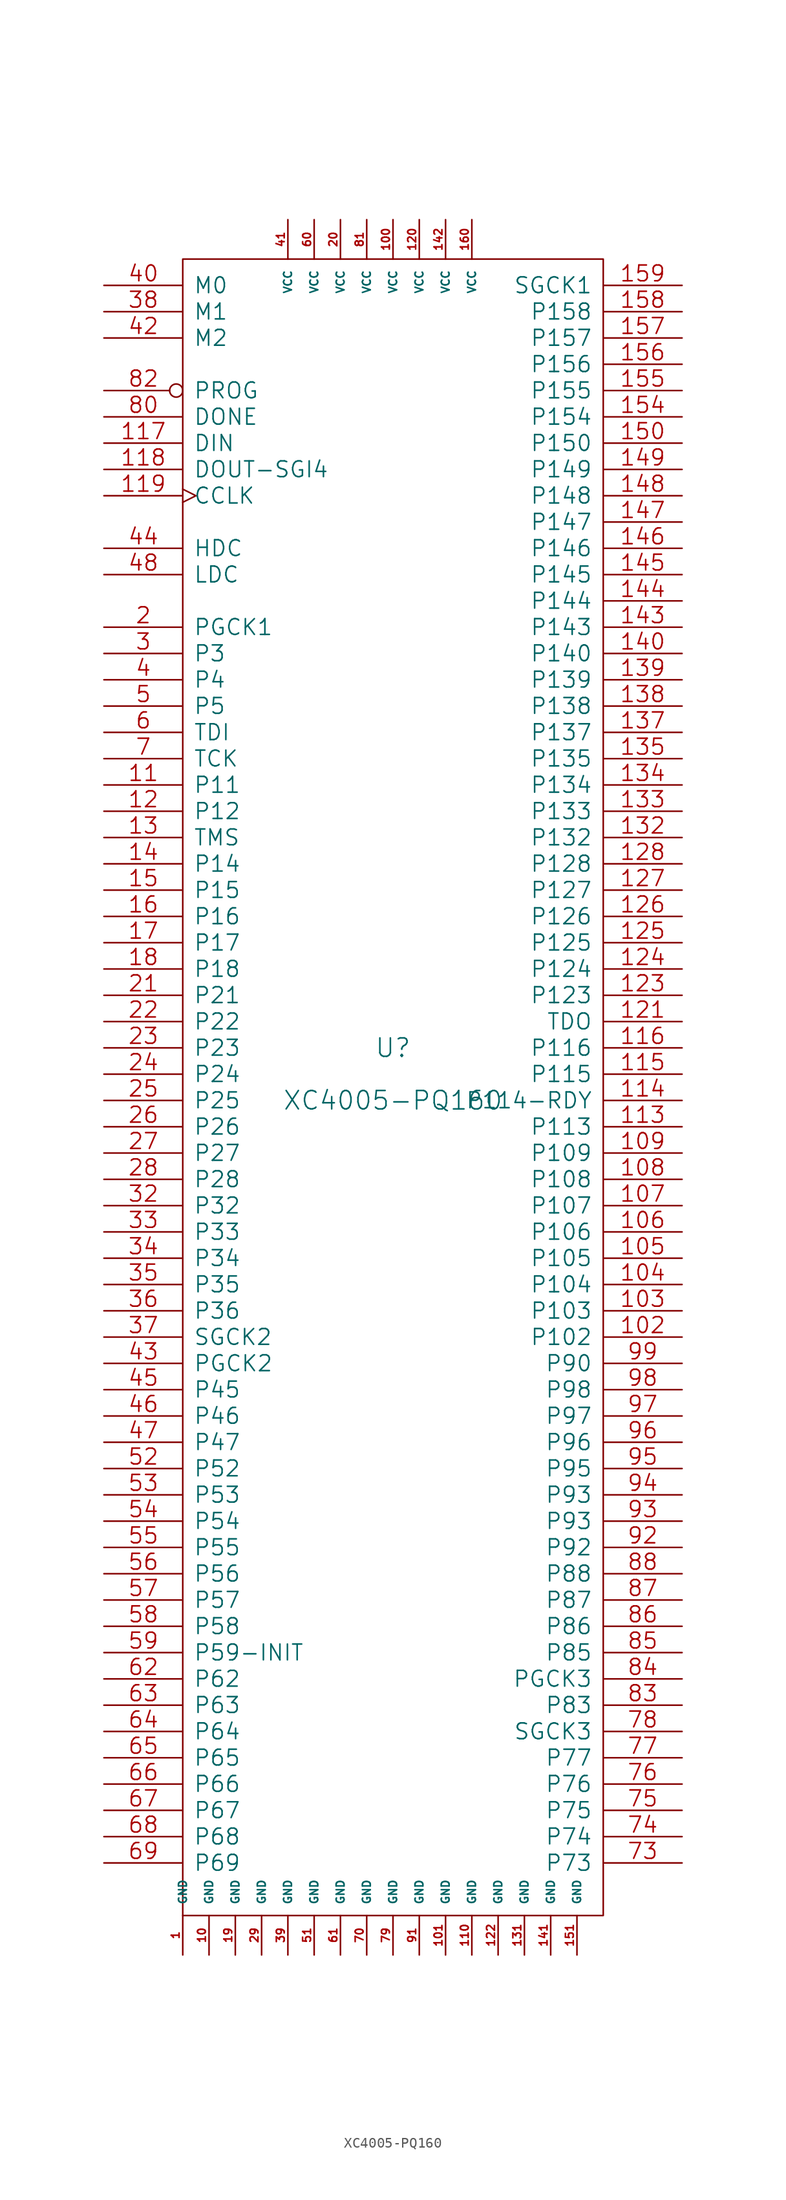
<source format=kicad_sym>
(kicad_symbol_lib
  (version 20231120)
  (generator "kicad_symbol_editor")
  (generator_version "8.0")
  (symbol "XC4005-PQ160"
    (pin_names
      (offset 1.016))
    (property "Reference" "U"
      (at 0 2.54 0)
      (effects (font (size 1.778 1.778))))
    (property "Value" "XC4005-PQ160"
      (at 0 -2.54 0)
      (effects (font (size 1.778 1.778))))
    (property "Footprint" ""
      (at 0 0 0)
      (effects (font (size 1.524 1.524))))
    (property "Datasheet" ""
      (at 0 0 0)
      (effects (font (size 1.524 1.524))))
    (symbol "XC4005-PQ160_0_1"
      (rectangle (start -20.32 78.74) (end 20.32 -81.28) (stroke (width 0) (type default)) (fill (type none))))
    (symbol "XC4005-PQ160_1_1"
      (pin power_in line (at -20.32 -85.09 90) (length 3.81) (name "GND" (effects (font (size 0.762 0.762)))) (number "1" (effects (font (size 0.762 0.762)))))
      (pin power_in line (at -17.78 -85.09 90) (length 3.81) (name "GND" (effects (font (size 0.762 0.762)))) (number "10" (effects (font (size 0.762 0.762)))))
      (pin power_in line (at 0 82.55 270) (length 3.81) (name "VCC" (effects (font (size 0.762 0.762)))) (number "100" (effects (font (size 0.762 0.762)))))
      (pin power_in line (at 5.08 -85.09 90) (length 3.81) (name "GND" (effects (font (size 0.762 0.762)))) (number "101" (effects (font (size 0.762 0.762)))))
      (pin passive line (at 27.94 -25.4 180) (length 7.62) (name "P102" (effects (font (size 1.524 1.524)))) (number "102" (effects (font (size 1.524 1.524)))))
      (pin passive line (at 27.94 -22.86 180) (length 7.62) (name "P103" (effects (font (size 1.524 1.524)))) (number "103" (effects (font (size 1.524 1.524)))))
      (pin passive line (at 27.94 -20.32 180) (length 7.62) (name "P104" (effects (font (size 1.524 1.524)))) (number "104" (effects (font (size 1.524 1.524)))))
      (pin passive line (at 27.94 -17.78 180) (length 7.62) (name "P105" (effects (font (size 1.524 1.524)))) (number "105" (effects (font (size 1.524 1.524)))))
      (pin passive line (at 27.94 -15.24 180) (length 7.62) (name "P106" (effects (font (size 1.524 1.524)))) (number "106" (effects (font (size 1.524 1.524)))))
      (pin passive line (at 27.94 -12.7 180) (length 7.62) (name "P107" (effects (font (size 1.524 1.524)))) (number "107" (effects (font (size 1.524 1.524)))))
      (pin passive line (at 27.94 -10.16 180) (length 7.62) (name "P108" (effects (font (size 1.524 1.524)))) (number "108" (effects (font (size 1.524 1.524)))))
      (pin passive line (at 27.94 -7.62 180) (length 7.62) (name "P109" (effects (font (size 1.524 1.524)))) (number "109" (effects (font (size 1.524 1.524)))))
      (pin passive line (at -27.94 27.94 0) (length 7.62) (name "P11" (effects (font (size 1.524 1.524)))) (number "11" (effects (font (size 1.524 1.524)))))
      (pin power_in line (at 7.62 -85.09 90) (length 3.81) (name "GND" (effects (font (size 0.762 0.762)))) (number "110" (effects (font (size 0.762 0.762)))))
      (pin passive line (at 27.94 -5.08 180) (length 7.62) (name "P113" (effects (font (size 1.524 1.524)))) (number "113" (effects (font (size 1.524 1.524)))))
      (pin passive line (at 27.94 -2.54 180) (length 7.62) (name "P114-RDY" (effects (font (size 1.524 1.524)))) (number "114" (effects (font (size 1.524 1.524)))))
      (pin passive line (at 27.94 0 180) (length 7.62) (name "P115" (effects (font (size 1.524 1.524)))) (number "115" (effects (font (size 1.524 1.524)))))
      (pin passive line (at 27.94 2.54 180) (length 7.62) (name "P116" (effects (font (size 1.524 1.524)))) (number "116" (effects (font (size 1.524 1.524)))))
      (pin input line (at -27.94 60.96 0) (length 7.62) (name "DIN" (effects (font (size 1.524 1.524)))) (number "117" (effects (font (size 1.524 1.524)))))
      (pin passive line (at -27.94 58.42 0) (length 7.62) (name "DOUT-SGI4" (effects (font (size 1.524 1.524)))) (number "118" (effects (font (size 1.524 1.524)))))
      (pin passive clock (at -27.94 55.88 0) (length 7.62) (name "CCLK" (effects (font (size 1.524 1.524)))) (number "119" (effects (font (size 1.524 1.524)))))
      (pin passive line (at -27.94 25.4 0) (length 7.62) (name "P12" (effects (font (size 1.524 1.524)))) (number "12" (effects (font (size 1.524 1.524)))))
      (pin power_in line (at 2.54 82.55 270) (length 3.81) (name "VCC" (effects (font (size 0.762 0.762)))) (number "120" (effects (font (size 0.762 0.762)))))
      (pin output line (at 27.94 5.08 180) (length 7.62) (name "TDO" (effects (font (size 1.524 1.524)))) (number "121" (effects (font (size 1.524 1.524)))))
      (pin power_in line (at 10.16 -85.09 90) (length 3.81) (name "GND" (effects (font (size 0.762 0.762)))) (number "122" (effects (font (size 0.762 0.762)))))
      (pin passive line (at 27.94 7.62 180) (length 7.62) (name "P123" (effects (font (size 1.524 1.524)))) (number "123" (effects (font (size 1.524 1.524)))))
      (pin passive line (at 27.94 10.16 180) (length 7.62) (name "P124" (effects (font (size 1.524 1.524)))) (number "124" (effects (font (size 1.524 1.524)))))
      (pin passive line (at 27.94 12.7 180) (length 7.62) (name "P125" (effects (font (size 1.524 1.524)))) (number "125" (effects (font (size 1.524 1.524)))))
      (pin passive line (at 27.94 15.24 180) (length 7.62) (name "P126" (effects (font (size 1.524 1.524)))) (number "126" (effects (font (size 1.524 1.524)))))
      (pin passive line (at 27.94 17.78 180) (length 7.62) (name "P127" (effects (font (size 1.524 1.524)))) (number "127" (effects (font (size 1.524 1.524)))))
      (pin passive line (at 27.94 20.32 180) (length 7.62) (name "P128" (effects (font (size 1.524 1.524)))) (number "128" (effects (font (size 1.524 1.524)))))
      (pin passive line (at -27.94 22.86 0) (length 7.62) (name "TMS" (effects (font (size 1.524 1.524)))) (number "13" (effects (font (size 1.524 1.524)))))
      (pin power_in line (at 12.7 -85.09 90) (length 3.81) (name "GND" (effects (font (size 0.762 0.762)))) (number "131" (effects (font (size 0.762 0.762)))))
      (pin passive line (at 27.94 22.86 180) (length 7.62) (name "P132" (effects (font (size 1.524 1.524)))) (number "132" (effects (font (size 1.524 1.524)))))
      (pin passive line (at 27.94 25.4 180) (length 7.62) (name "P133" (effects (font (size 1.524 1.524)))) (number "133" (effects (font (size 1.524 1.524)))))
      (pin passive line (at 27.94 27.94 180) (length 7.62) (name "P134" (effects (font (size 1.524 1.524)))) (number "134" (effects (font (size 1.524 1.524)))))
      (pin passive line (at 27.94 30.48 180) (length 7.62) (name "P135" (effects (font (size 1.524 1.524)))) (number "135" (effects (font (size 1.524 1.524)))))
      (pin passive line (at 27.94 33.02 180) (length 7.62) (name "P137" (effects (font (size 1.524 1.524)))) (number "137" (effects (font (size 1.524 1.524)))))
      (pin passive line (at 27.94 35.56 180) (length 7.62) (name "P138" (effects (font (size 1.524 1.524)))) (number "138" (effects (font (size 1.524 1.524)))))
      (pin passive line (at 27.94 38.1 180) (length 7.62) (name "P139" (effects (font (size 1.524 1.524)))) (number "139" (effects (font (size 1.524 1.524)))))
      (pin passive line (at -27.94 20.32 0) (length 7.62) (name "P14" (effects (font (size 1.524 1.524)))) (number "14" (effects (font (size 1.524 1.524)))))
      (pin passive line (at 27.94 40.64 180) (length 7.62) (name "P140" (effects (font (size 1.524 1.524)))) (number "140" (effects (font (size 1.524 1.524)))))
      (pin power_in line (at 15.24 -85.09 90) (length 3.81) (name "GND" (effects (font (size 0.762 0.762)))) (number "141" (effects (font (size 0.762 0.762)))))
      (pin power_in line (at 5.08 82.55 270) (length 3.81) (name "VCC" (effects (font (size 0.762 0.762)))) (number "142" (effects (font (size 0.762 0.762)))))
      (pin passive line (at 27.94 43.18 180) (length 7.62) (name "P143" (effects (font (size 1.524 1.524)))) (number "143" (effects (font (size 1.524 1.524)))))
      (pin passive line (at 27.94 45.72 180) (length 7.62) (name "P144" (effects (font (size 1.524 1.524)))) (number "144" (effects (font (size 1.524 1.524)))))
      (pin passive line (at 27.94 48.26 180) (length 7.62) (name "P145" (effects (font (size 1.524 1.524)))) (number "145" (effects (font (size 1.524 1.524)))))
      (pin passive line (at 27.94 50.8 180) (length 7.62) (name "P146" (effects (font (size 1.524 1.524)))) (number "146" (effects (font (size 1.524 1.524)))))
      (pin passive line (at 27.94 53.34 180) (length 7.62) (name "P147" (effects (font (size 1.524 1.524)))) (number "147" (effects (font (size 1.524 1.524)))))
      (pin passive line (at 27.94 55.88 180) (length 7.62) (name "P148" (effects (font (size 1.524 1.524)))) (number "148" (effects (font (size 1.524 1.524)))))
      (pin passive line (at 27.94 58.42 180) (length 7.62) (name "P149" (effects (font (size 1.524 1.524)))) (number "149" (effects (font (size 1.524 1.524)))))
      (pin passive line (at -27.94 17.78 0) (length 7.62) (name "P15" (effects (font (size 1.524 1.524)))) (number "15" (effects (font (size 1.524 1.524)))))
      (pin passive line (at 27.94 60.96 180) (length 7.62) (name "P150" (effects (font (size 1.524 1.524)))) (number "150" (effects (font (size 1.524 1.524)))))
      (pin power_in line (at 17.78 -85.09 90) (length 3.81) (name "GND" (effects (font (size 0.762 0.762)))) (number "151" (effects (font (size 0.762 0.762)))))
      (pin passive line (at 27.94 63.5 180) (length 7.62) (name "P154" (effects (font (size 1.524 1.524)))) (number "154" (effects (font (size 1.524 1.524)))))
      (pin passive line (at 27.94 66.04 180) (length 7.62) (name "P155" (effects (font (size 1.524 1.524)))) (number "155" (effects (font (size 1.524 1.524)))))
      (pin passive line (at 27.94 68.58 180) (length 7.62) (name "P156" (effects (font (size 1.524 1.524)))) (number "156" (effects (font (size 1.524 1.524)))))
      (pin passive line (at 27.94 71.12 180) (length 7.62) (name "P157" (effects (font (size 1.524 1.524)))) (number "157" (effects (font (size 1.524 1.524)))))
      (pin passive line (at 27.94 73.66 180) (length 7.62) (name "P158" (effects (font (size 1.524 1.524)))) (number "158" (effects (font (size 1.524 1.524)))))
      (pin passive line (at 27.94 76.2 180) (length 7.62) (name "SGCK1" (effects (font (size 1.524 1.524)))) (number "159" (effects (font (size 1.524 1.524)))))
      (pin passive line (at -27.94 15.24 0) (length 7.62) (name "P16" (effects (font (size 1.524 1.524)))) (number "16" (effects (font (size 1.524 1.524)))))
      (pin power_in line (at 7.62 82.55 270) (length 3.81) (name "VCC" (effects (font (size 0.762 0.762)))) (number "160" (effects (font (size 0.762 0.762)))))
      (pin passive line (at -27.94 12.7 0) (length 7.62) (name "P17" (effects (font (size 1.524 1.524)))) (number "17" (effects (font (size 1.524 1.524)))))
      (pin passive line (at -27.94 10.16 0) (length 7.62) (name "P18" (effects (font (size 1.524 1.524)))) (number "18" (effects (font (size 1.524 1.524)))))
      (pin power_in line (at -15.24 -85.09 90) (length 3.81) (name "GND" (effects (font (size 0.762 0.762)))) (number "19" (effects (font (size 0.762 0.762)))))
      (pin bidirectional line (at -27.94 43.18 0) (length 7.62) (name "PGCK1" (effects (font (size 1.524 1.524)))) (number "2" (effects (font (size 1.524 1.524)))))
      (pin power_in line (at -5.08 82.55 270) (length 3.81) (name "VCC" (effects (font (size 0.762 0.762)))) (number "20" (effects (font (size 0.762 0.762)))))
      (pin passive line (at -27.94 7.62 0) (length 7.62) (name "P21" (effects (font (size 1.524 1.524)))) (number "21" (effects (font (size 1.524 1.524)))))
      (pin passive line (at -27.94 5.08 0) (length 7.62) (name "P22" (effects (font (size 1.524 1.524)))) (number "22" (effects (font (size 1.524 1.524)))))
      (pin passive line (at -27.94 2.54 0) (length 7.62) (name "P23" (effects (font (size 1.524 1.524)))) (number "23" (effects (font (size 1.524 1.524)))))
      (pin passive line (at -27.94 0 0) (length 7.62) (name "P24" (effects (font (size 1.524 1.524)))) (number "24" (effects (font (size 1.524 1.524)))))
      (pin passive line (at -27.94 -2.54 0) (length 7.62) (name "P25" (effects (font (size 1.524 1.524)))) (number "25" (effects (font (size 1.524 1.524)))))
      (pin passive line (at -27.94 -5.08 0) (length 7.62) (name "P26" (effects (font (size 1.524 1.524)))) (number "26" (effects (font (size 1.524 1.524)))))
      (pin passive line (at -27.94 -7.62 0) (length 7.62) (name "P27" (effects (font (size 1.524 1.524)))) (number "27" (effects (font (size 1.524 1.524)))))
      (pin passive line (at -27.94 -10.16 0) (length 7.62) (name "P28" (effects (font (size 1.524 1.524)))) (number "28" (effects (font (size 1.524 1.524)))))
      (pin power_in line (at -12.7 -85.09 90) (length 3.81) (name "GND" (effects (font (size 0.762 0.762)))) (number "29" (effects (font (size 0.762 0.762)))))
      (pin passive line (at -27.94 40.64 0) (length 7.62) (name "P3" (effects (font (size 1.524 1.524)))) (number "3" (effects (font (size 1.524 1.524)))))
      (pin passive line (at -27.94 -12.7 0) (length 7.62) (name "P32" (effects (font (size 1.524 1.524)))) (number "32" (effects (font (size 1.524 1.524)))))
      (pin passive line (at -27.94 -15.24 0) (length 7.62) (name "P33" (effects (font (size 1.524 1.524)))) (number "33" (effects (font (size 1.524 1.524)))))
      (pin passive line (at -27.94 -17.78 0) (length 7.62) (name "P34" (effects (font (size 1.524 1.524)))) (number "34" (effects (font (size 1.524 1.524)))))
      (pin passive line (at -27.94 -20.32 0) (length 7.62) (name "P35" (effects (font (size 1.524 1.524)))) (number "35" (effects (font (size 1.524 1.524)))))
      (pin passive line (at -27.94 -22.86 0) (length 7.62) (name "P36" (effects (font (size 1.524 1.524)))) (number "36" (effects (font (size 1.524 1.524)))))
      (pin passive line (at -27.94 -25.4 0) (length 7.62) (name "SGCK2" (effects (font (size 1.524 1.524)))) (number "37" (effects (font (size 1.524 1.524)))))
      (pin input line (at -27.94 73.66 0) (length 7.62) (name "M1" (effects (font (size 1.524 1.524)))) (number "38" (effects (font (size 1.524 1.524)))))
      (pin power_in line (at -10.16 -85.09 90) (length 3.81) (name "GND" (effects (font (size 0.762 0.762)))) (number "39" (effects (font (size 0.762 0.762)))))
      (pin passive line (at -27.94 38.1 0) (length 7.62) (name "P4" (effects (font (size 1.524 1.524)))) (number "4" (effects (font (size 1.524 1.524)))))
      (pin input line (at -27.94 76.2 0) (length 7.62) (name "M0" (effects (font (size 1.524 1.524)))) (number "40" (effects (font (size 1.524 1.524)))))
      (pin power_in line (at -10.16 82.55 270) (length 3.81) (name "VCC" (effects (font (size 0.762 0.762)))) (number "41" (effects (font (size 0.762 0.762)))))
      (pin input line (at -27.94 71.12 0) (length 7.62) (name "M2" (effects (font (size 1.524 1.524)))) (number "42" (effects (font (size 1.524 1.524)))))
      (pin passive line (at -27.94 -27.94 0) (length 7.62) (name "PGCK2" (effects (font (size 1.524 1.524)))) (number "43" (effects (font (size 1.524 1.524)))))
      (pin passive line (at -27.94 50.8 0) (length 7.62) (name "HDC" (effects (font (size 1.524 1.524)))) (number "44" (effects (font (size 1.524 1.524)))))
      (pin passive line (at -27.94 -30.48 0) (length 7.62) (name "P45" (effects (font (size 1.524 1.524)))) (number "45" (effects (font (size 1.524 1.524)))))
      (pin passive line (at -27.94 -33.02 0) (length 7.62) (name "P46" (effects (font (size 1.524 1.524)))) (number "46" (effects (font (size 1.524 1.524)))))
      (pin passive line (at -27.94 -35.56 0) (length 7.62) (name "P47" (effects (font (size 1.524 1.524)))) (number "47" (effects (font (size 1.524 1.524)))))
      (pin passive line (at -27.94 48.26 0) (length 7.62) (name "LDC" (effects (font (size 1.524 1.524)))) (number "48" (effects (font (size 1.524 1.524)))))
      (pin passive line (at -27.94 35.56 0) (length 7.62) (name "P5" (effects (font (size 1.524 1.524)))) (number "5" (effects (font (size 1.524 1.524)))))
      (pin power_in line (at -7.62 -85.09 90) (length 3.81) (name "GND" (effects (font (size 0.762 0.762)))) (number "51" (effects (font (size 0.762 0.762)))))
      (pin passive line (at -27.94 -38.1 0) (length 7.62) (name "P52" (effects (font (size 1.524 1.524)))) (number "52" (effects (font (size 1.524 1.524)))))
      (pin passive line (at -27.94 -40.64 0) (length 7.62) (name "P53" (effects (font (size 1.524 1.524)))) (number "53" (effects (font (size 1.524 1.524)))))
      (pin passive line (at -27.94 -43.18 0) (length 7.62) (name "P54" (effects (font (size 1.524 1.524)))) (number "54" (effects (font (size 1.524 1.524)))))
      (pin passive line (at -27.94 -45.72 0) (length 7.62) (name "P55" (effects (font (size 1.524 1.524)))) (number "55" (effects (font (size 1.524 1.524)))))
      (pin passive line (at -27.94 -48.26 0) (length 7.62) (name "P56" (effects (font (size 1.524 1.524)))) (number "56" (effects (font (size 1.524 1.524)))))
      (pin passive line (at -27.94 -50.8 0) (length 7.62) (name "P57" (effects (font (size 1.524 1.524)))) (number "57" (effects (font (size 1.524 1.524)))))
      (pin passive line (at -27.94 -53.34 0) (length 7.62) (name "P58" (effects (font (size 1.524 1.524)))) (number "58" (effects (font (size 1.524 1.524)))))
      (pin passive line (at -27.94 -55.88 0) (length 7.62) (name "P59-INIT" (effects (font (size 1.524 1.524)))) (number "59" (effects (font (size 1.524 1.524)))))
      (pin passive line (at -27.94 33.02 0) (length 7.62) (name "TDI" (effects (font (size 1.524 1.524)))) (number "6" (effects (font (size 1.524 1.524)))))
      (pin power_in line (at -7.62 82.55 270) (length 3.81) (name "VCC" (effects (font (size 0.762 0.762)))) (number "60" (effects (font (size 0.762 0.762)))))
      (pin power_in line (at -5.08 -85.09 90) (length 3.81) (name "GND" (effects (font (size 0.762 0.762)))) (number "61" (effects (font (size 0.762 0.762)))))
      (pin passive line (at -27.94 -58.42 0) (length 7.62) (name "P62" (effects (font (size 1.524 1.524)))) (number "62" (effects (font (size 1.524 1.524)))))
      (pin passive line (at -27.94 -60.96 0) (length 7.62) (name "P63" (effects (font (size 1.524 1.524)))) (number "63" (effects (font (size 1.524 1.524)))))
      (pin passive line (at -27.94 -63.5 0) (length 7.62) (name "P64" (effects (font (size 1.524 1.524)))) (number "64" (effects (font (size 1.524 1.524)))))
      (pin passive line (at -27.94 -66.04 0) (length 7.62) (name "P65" (effects (font (size 1.524 1.524)))) (number "65" (effects (font (size 1.524 1.524)))))
      (pin passive line (at -27.94 -68.58 0) (length 7.62) (name "P66" (effects (font (size 1.524 1.524)))) (number "66" (effects (font (size 1.524 1.524)))))
      (pin passive line (at -27.94 -71.12 0) (length 7.62) (name "P67" (effects (font (size 1.524 1.524)))) (number "67" (effects (font (size 1.524 1.524)))))
      (pin bidirectional line (at -27.94 -73.66 0) (length 7.62) (name "P68" (effects (font (size 1.524 1.524)))) (number "68" (effects (font (size 1.524 1.524)))))
      (pin passive line (at -27.94 -76.2 0) (length 7.62) (name "P69" (effects (font (size 1.524 1.524)))) (number "69" (effects (font (size 1.524 1.524)))))
      (pin passive line (at -27.94 30.48 0) (length 7.62) (name "TCK" (effects (font (size 1.524 1.524)))) (number "7" (effects (font (size 1.524 1.524)))))
      (pin power_in line (at -2.54 -85.09 90) (length 3.81) (name "GND" (effects (font (size 0.762 0.762)))) (number "70" (effects (font (size 0.762 0.762)))))
      (pin passive line (at 27.94 -76.2 180) (length 7.62) (name "P73" (effects (font (size 1.524 1.524)))) (number "73" (effects (font (size 1.524 1.524)))))
      (pin passive line (at 27.94 -73.66 180) (length 7.62) (name "P74" (effects (font (size 1.524 1.524)))) (number "74" (effects (font (size 1.524 1.524)))))
      (pin passive line (at 27.94 -71.12 180) (length 7.62) (name "P75" (effects (font (size 1.524 1.524)))) (number "75" (effects (font (size 1.524 1.524)))))
      (pin passive line (at 27.94 -68.58 180) (length 7.62) (name "P76" (effects (font (size 1.524 1.524)))) (number "76" (effects (font (size 1.524 1.524)))))
      (pin passive line (at 27.94 -66.04 180) (length 7.62) (name "P77" (effects (font (size 1.524 1.524)))) (number "77" (effects (font (size 1.524 1.524)))))
      (pin passive line (at 27.94 -63.5 180) (length 7.62) (name "SGCK3" (effects (font (size 1.524 1.524)))) (number "78" (effects (font (size 1.524 1.524)))))
      (pin power_in line (at 0 -85.09 90) (length 3.81) (name "GND" (effects (font (size 0.762 0.762)))) (number "79" (effects (font (size 0.762 0.762)))))
      (pin bidirectional line (at -27.94 63.5 0) (length 7.62) (name "DONE" (effects (font (size 1.524 1.524)))) (number "80" (effects (font (size 1.524 1.524)))))
      (pin power_in line (at -2.54 82.55 270) (length 3.81) (name "VCC" (effects (font (size 0.762 0.762)))) (number "81" (effects (font (size 0.762 0.762)))))
      (pin input inverted (at -27.94 66.04 0) (length 7.62) (name "PROG" (effects (font (size 1.524 1.524)))) (number "82" (effects (font (size 1.524 1.524)))))
      (pin passive line (at 27.94 -60.96 180) (length 7.62) (name "P83" (effects (font (size 1.524 1.524)))) (number "83" (effects (font (size 1.524 1.524)))))
      (pin passive line (at 27.94 -58.42 180) (length 7.62) (name "PGCK3" (effects (font (size 1.524 1.524)))) (number "84" (effects (font (size 1.524 1.524)))))
      (pin passive line (at 27.94 -55.88 180) (length 7.62) (name "P85" (effects (font (size 1.524 1.524)))) (number "85" (effects (font (size 1.524 1.524)))))
      (pin passive line (at 27.94 -53.34 180) (length 7.62) (name "P86" (effects (font (size 1.524 1.524)))) (number "86" (effects (font (size 1.524 1.524)))))
      (pin passive line (at 27.94 -50.8 180) (length 7.62) (name "P87" (effects (font (size 1.524 1.524)))) (number "87" (effects (font (size 1.524 1.524)))))
      (pin passive line (at 27.94 -48.26 180) (length 7.62) (name "P88" (effects (font (size 1.524 1.524)))) (number "88" (effects (font (size 1.524 1.524)))))
      (pin power_in line (at 2.54 -85.09 90) (length 3.81) (name "GND" (effects (font (size 0.762 0.762)))) (number "91" (effects (font (size 0.762 0.762)))))
      (pin passive line (at 27.94 -45.72 180) (length 7.62) (name "P92" (effects (font (size 1.524 1.524)))) (number "92" (effects (font (size 1.524 1.524)))))
      (pin passive line (at 27.94 -43.18 180) (length 7.62) (name "P93" (effects (font (size 1.524 1.524)))) (number "93" (effects (font (size 1.524 1.524)))))
      (pin passive line (at 27.94 -40.64 180) (length 7.62) (name "P93" (effects (font (size 1.524 1.524)))) (number "94" (effects (font (size 1.524 1.524)))))
      (pin passive line (at 27.94 -38.1 180) (length 7.62) (name "P95" (effects (font (size 1.524 1.524)))) (number "95" (effects (font (size 1.524 1.524)))))
      (pin passive line (at 27.94 -35.56 180) (length 7.62) (name "P96" (effects (font (size 1.524 1.524)))) (number "96" (effects (font (size 1.524 1.524)))))
      (pin passive line (at 27.94 -33.02 180) (length 7.62) (name "P97" (effects (font (size 1.524 1.524)))) (number "97" (effects (font (size 1.524 1.524)))))
      (pin passive line (at 27.94 -30.48 180) (length 7.62) (name "P98" (effects (font (size 1.524 1.524)))) (number "98" (effects (font (size 1.524 1.524)))))
      (pin passive line (at 27.94 -27.94 180) (length 7.62) (name "P90" (effects (font (size 1.524 1.524)))) (number "99" (effects (font (size 1.524 1.524))))))))
</source>
